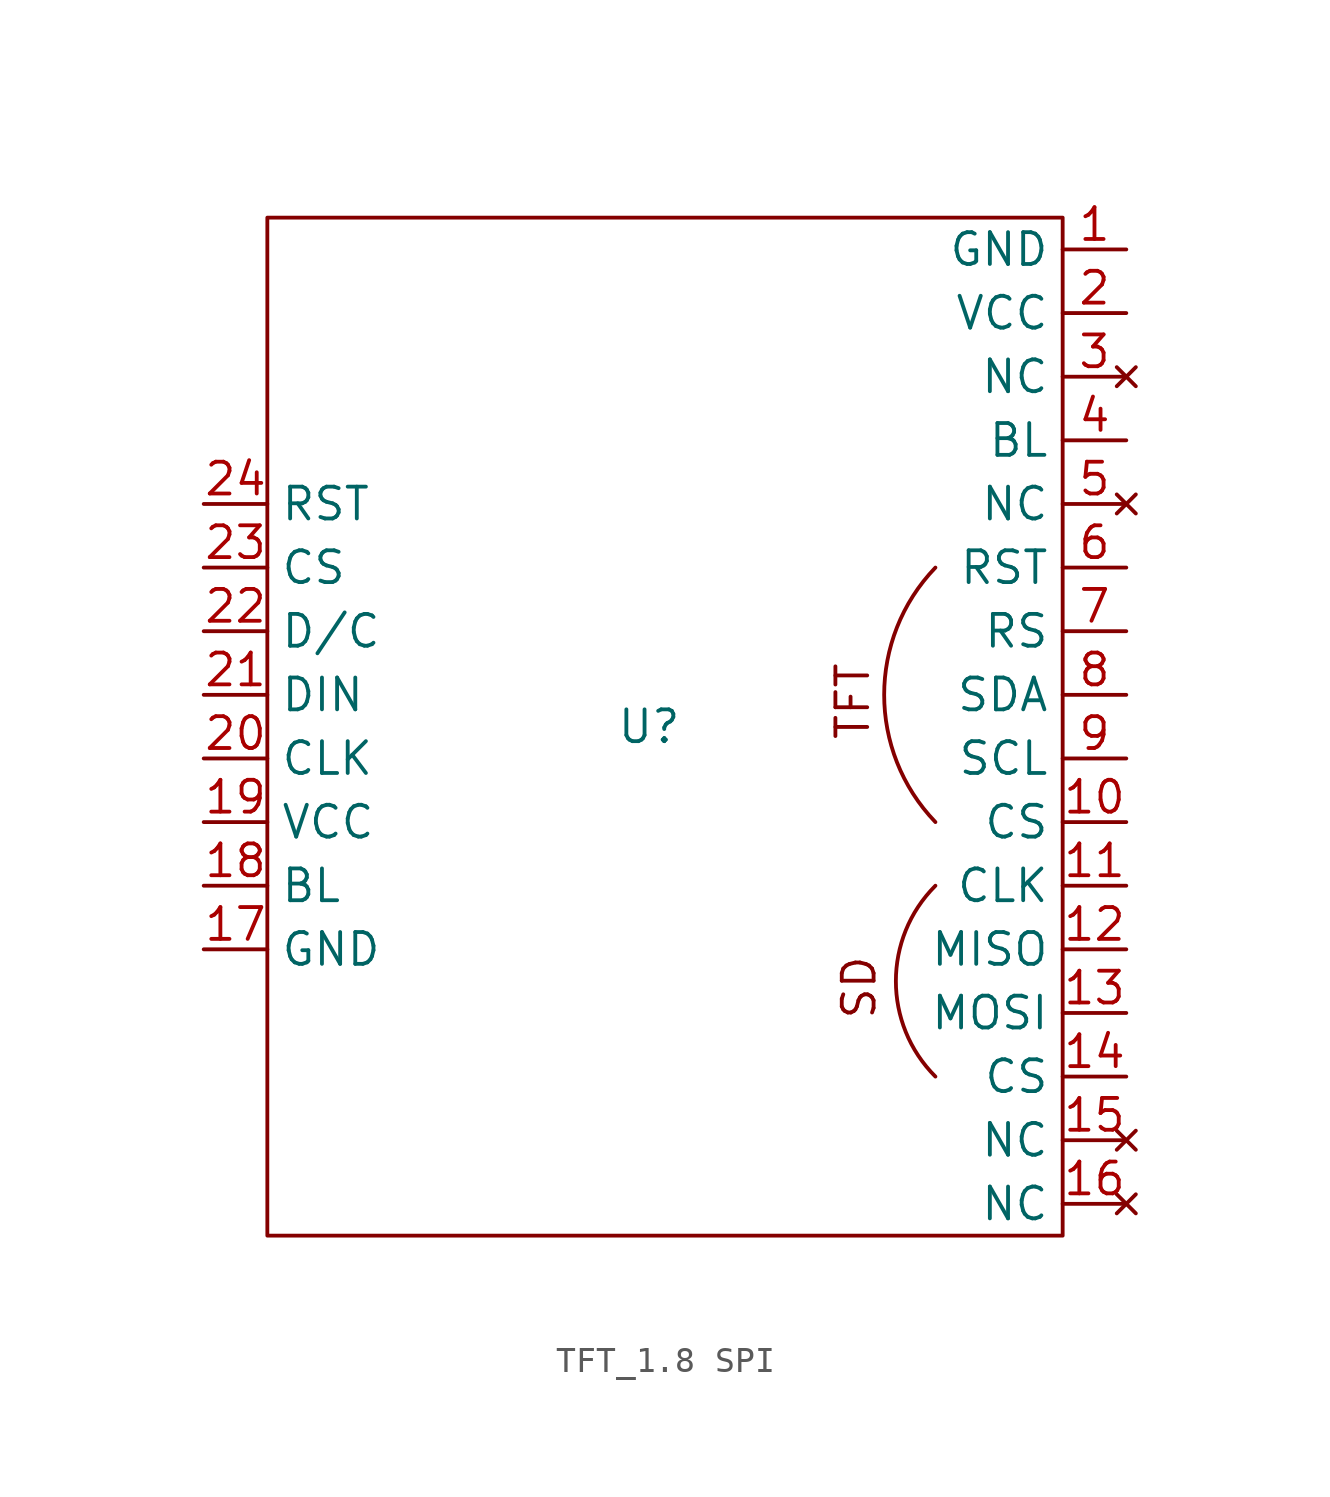
<source format=kicad_sym>
(kicad_symbol_lib
  (version 20231120)
  (generator "kicad_symbol_editor")
  (generator_version "8.0")
  (symbol "TFT_1.8 SPI"
    (property "Reference" "U"
      (at 0 0 0)
      (effects (font (size 1.27 1.27))))
    (property "Value" ""
      (at 0 0 0)
      (effects (font (size 1.27 1.27))))
    (symbol "TFT_1.8 SPI_0_1"
      (rectangle (start -15.24 20.32) (end 16.51 -20.32) (stroke (width 0) (type default)) (fill (type none)))
      (arc (start 11.43 -6.35) (mid 9.8519 -10.16) (end 11.43 -13.97) (stroke (width 0) (type default)) (fill (type none)))
      (arc (start 11.43 6.35) (mid 9.3844 1.27) (end 11.43 -3.81) (stroke (width 0) (type default)) (fill (type none))))
    (symbol "TFT_1.8 SPI_1_1"
      (text "SD\n" (at 8.382 -10.414 900) (effects (font (size 1.27 1.27))))
      (text "TFT" (at 8.128 1.016 900) (effects (font (size 1.27 1.27))))
      (pin power_in line (at 19.05 19.05 180) (length 2.54) (name "GND" (effects (font (size 1.27 1.27)))) (number "1" (effects (font (size 1.27 1.27)))))
      (pin input line (at 19.05 -3.81 180) (length 2.54) (name "CS" (effects (font (size 1.27 1.27)))) (number "10" (effects (font (size 1.27 1.27)))))
      (pin input line (at 19.05 -6.35 180) (length 2.54) (name "CLK" (effects (font (size 1.27 1.27)))) (number "11" (effects (font (size 1.27 1.27)))))
      (pin output line (at 19.05 -8.89 180) (length 2.54) (name "MISO" (effects (font (size 1.27 1.27)))) (number "12" (effects (font (size 1.27 1.27)))))
      (pin input line (at 19.05 -11.43 180) (length 2.54) (name "MOSI" (effects (font (size 1.27 1.27)))) (number "13" (effects (font (size 1.27 1.27)))))
      (pin input line (at 19.05 -13.97 180) (length 2.54) (name "CS" (effects (font (size 1.27 1.27)))) (number "14" (effects (font (size 1.27 1.27)))))
      (pin no_connect line (at 19.05 -16.51 180) (length 2.54) (name "NC" (effects (font (size 1.27 1.27)))) (number "15" (effects (font (size 1.27 1.27)))))
      (pin no_connect line (at 19.05 -19.05 180) (length 2.54) (name "NC" (effects (font (size 1.27 1.27)))) (number "16" (effects (font (size 1.27 1.27)))))
      (pin power_in line (at -17.78 -8.89 0) (length 2.54) (name "GND" (effects (font (size 1.27 1.27)))) (number "17" (effects (font (size 1.27 1.27)))))
      (pin input line (at -17.78 -6.35 0) (length 2.54) (name "BL" (effects (font (size 1.27 1.27)))) (number "18" (effects (font (size 1.27 1.27)))))
      (pin power_in line (at -17.78 -3.81 0) (length 2.54) (name "VCC" (effects (font (size 1.27 1.27)))) (number "19" (effects (font (size 1.27 1.27)))))
      (pin power_in line (at 19.05 16.51 180) (length 2.54) (name "VCC" (effects (font (size 1.27 1.27)))) (number "2" (effects (font (size 1.27 1.27)))))
      (pin input line (at -17.78 -1.27 0) (length 2.54) (name "CLK" (effects (font (size 1.27 1.27)))) (number "20" (effects (font (size 1.27 1.27)))))
      (pin input line (at -17.78 1.27 0) (length 2.54) (name "DIN" (effects (font (size 1.27 1.27)))) (number "21" (effects (font (size 1.27 1.27)))))
      (pin input line (at -17.78 3.81 0) (length 2.54) (name "D/C" (effects (font (size 1.27 1.27)))) (number "22" (effects (font (size 1.27 1.27)))))
      (pin input line (at -17.78 6.35 0) (length 2.54) (name "CS" (effects (font (size 1.27 1.27)))) (number "23" (effects (font (size 1.27 1.27)))))
      (pin input line (at -17.78 8.89 0) (length 2.54) (name "RST" (effects (font (size 1.27 1.27)))) (number "24" (effects (font (size 1.27 1.27)))))
      (pin no_connect line (at 19.05 13.97 180) (length 2.54) (name "NC" (effects (font (size 1.27 1.27)))) (number "3" (effects (font (size 1.27 1.27)))))
      (pin input line (at 19.05 11.43 180) (length 2.54) (name "BL" (effects (font (size 1.27 1.27)))) (number "4" (effects (font (size 1.27 1.27)))))
      (pin no_connect line (at 19.05 8.89 180) (length 2.54) (name "NC" (effects (font (size 1.27 1.27)))) (number "5" (effects (font (size 1.27 1.27)))))
      (pin input line (at 19.05 6.35 180) (length 2.54) (name "RST" (effects (font (size 1.27 1.27)))) (number "6" (effects (font (size 1.27 1.27)))))
      (pin input line (at 19.05 3.81 180) (length 2.54) (name "RS" (effects (font (size 1.27 1.27)))) (number "7" (effects (font (size 1.27 1.27)))))
      (pin input line (at 19.05 1.27 180) (length 2.54) (name "SDA" (effects (font (size 1.27 1.27)))) (number "8" (effects (font (size 1.27 1.27)))))
      (pin input line (at 19.05 -1.27 180) (length 2.54) (name "SCL" (effects (font (size 1.27 1.27)))) (number "9" (effects (font (size 1.27 1.27))))))))
</source>
